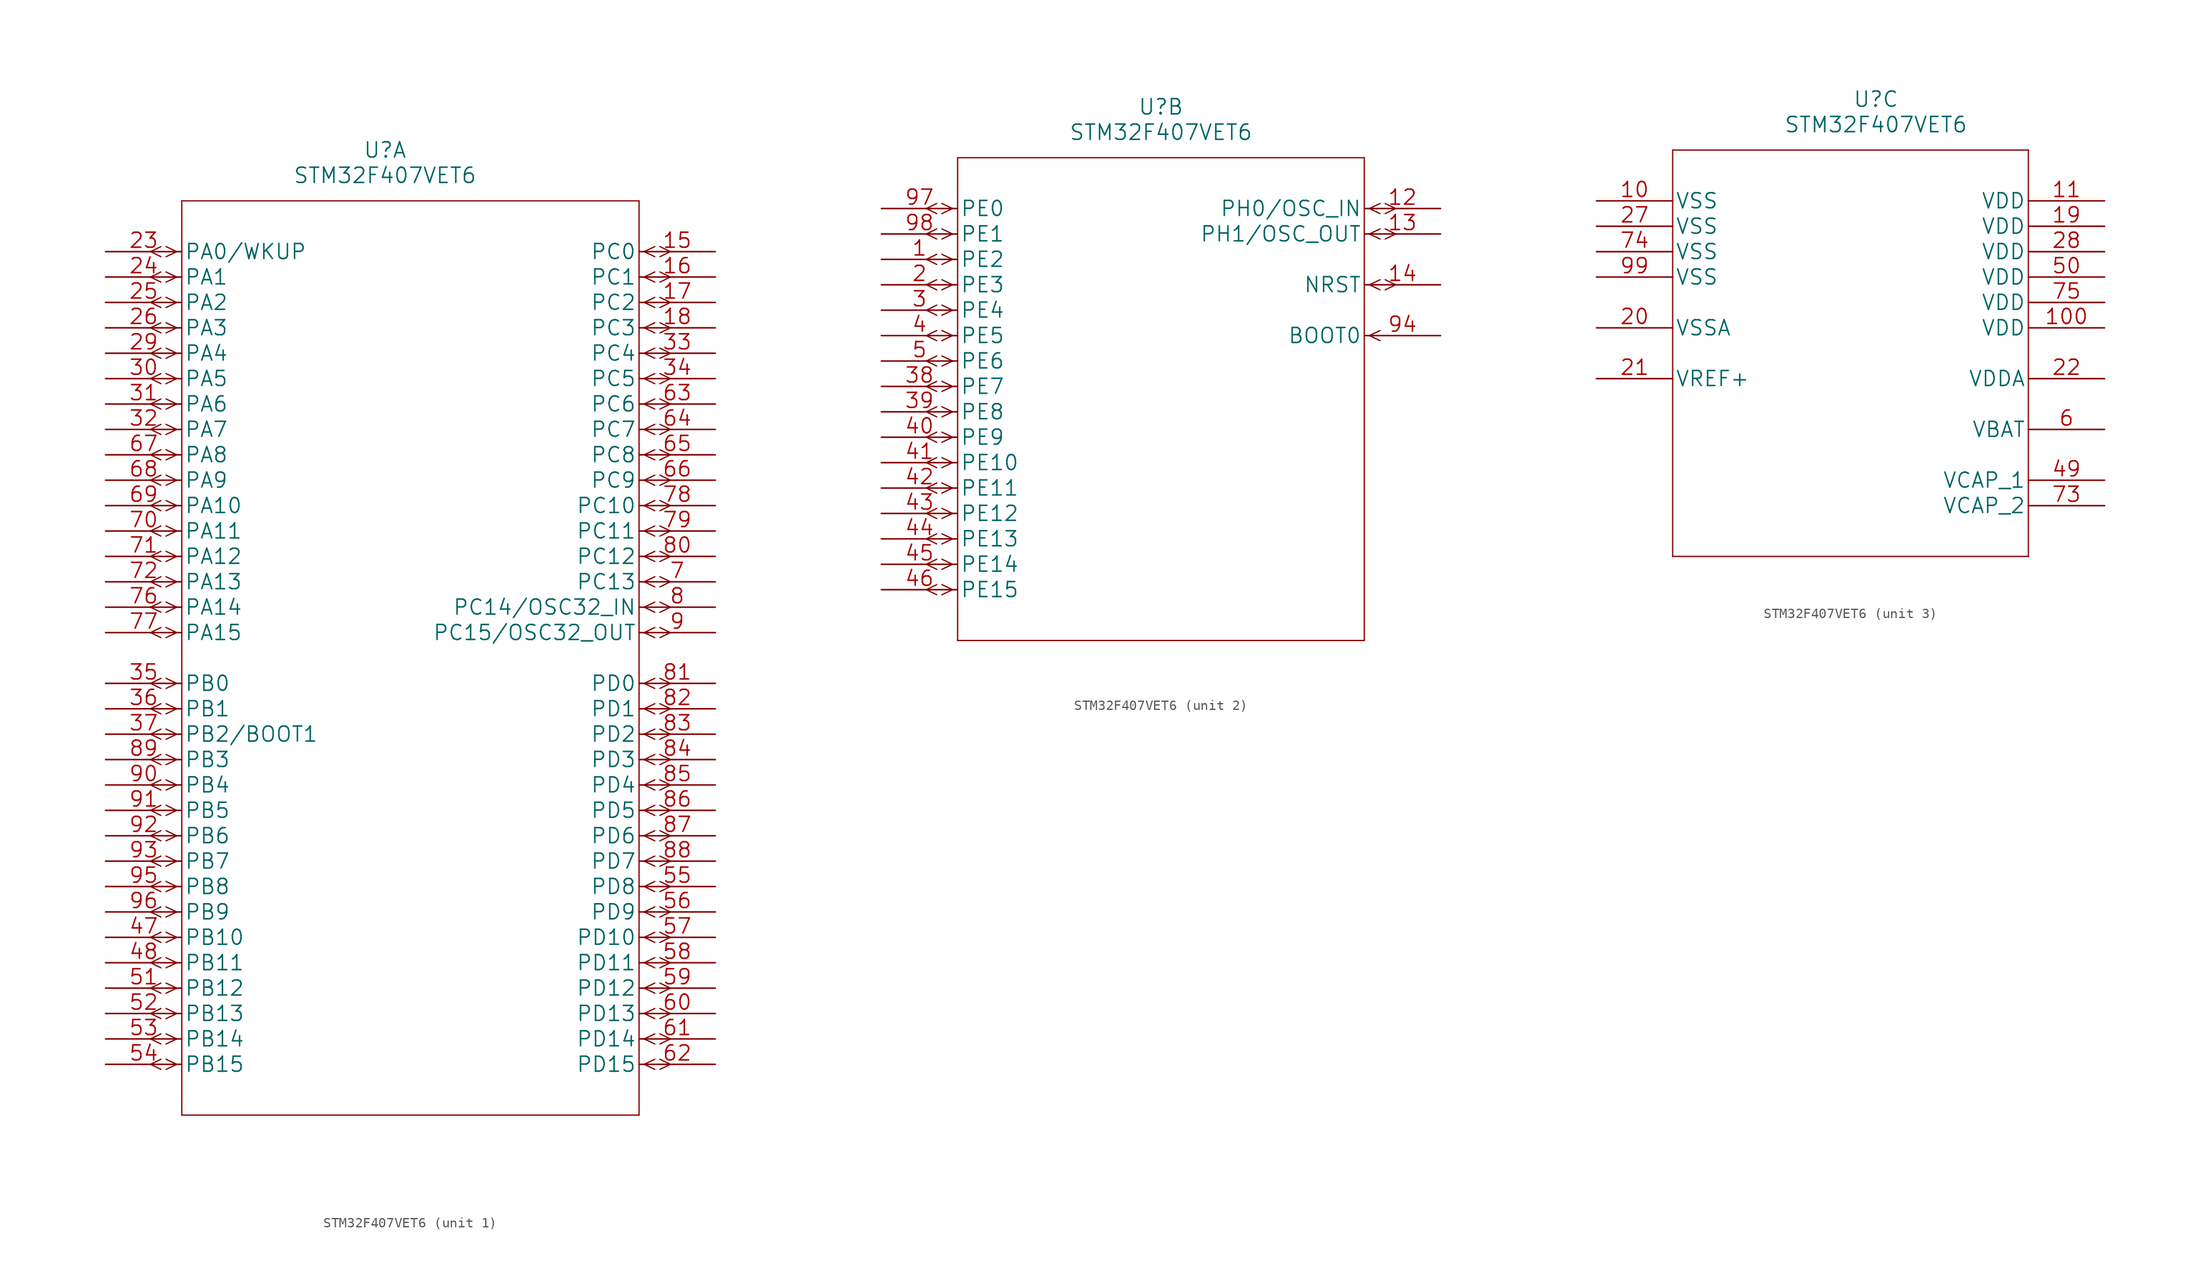
<source format=kicad_sym>
(kicad_symbol_lib
  (version 20220914)
  (generator kicad_symbol_editor)
  (symbol "STM32F407VET6"
    (pin_names
      (offset 0.254))
    (property "Reference" "U"
      (at 27.94 10.16 0)
      (effects (font (size 1.524 1.524))))
    (property "Value" "STM32F407VET6"
      (at 27.94 7.62 0)
      (effects (font (size 1.524 1.524))))
    (property "Datasheet" ""
      (at 0 0 0)
      (effects (font (size 1.524 1.524))))
    (symbol "STM32F407VET6_1_1"
      (polyline (pts (xy 5.537 -81.788) (xy 4.496 -81.28)) (stroke (width 0.127) (type default)) (fill (type none)))
      (polyline (pts (xy 5.537 -80.772) (xy 4.496 -81.28)) (stroke (width 0.127) (type default)) (fill (type none)))
      (polyline (pts (xy 5.537 -79.248) (xy 4.496 -78.74)) (stroke (width 0.127) (type default)) (fill (type none)))
      (polyline (pts (xy 5.537 -78.232) (xy 4.496 -78.74)) (stroke (width 0.127) (type default)) (fill (type none)))
      (polyline (pts (xy 5.537 -76.708) (xy 4.496 -76.2)) (stroke (width 0.127) (type default)) (fill (type none)))
      (polyline (pts (xy 5.537 -75.692) (xy 4.496 -76.2)) (stroke (width 0.127) (type default)) (fill (type none)))
      (polyline (pts (xy 5.537 -74.168) (xy 4.496 -73.66)) (stroke (width 0.127) (type default)) (fill (type none)))
      (polyline (pts (xy 5.537 -73.152) (xy 4.496 -73.66)) (stroke (width 0.127) (type default)) (fill (type none)))
      (polyline (pts (xy 5.537 -71.628) (xy 4.496 -71.12)) (stroke (width 0.127) (type default)) (fill (type none)))
      (polyline (pts (xy 5.537 -70.612) (xy 4.496 -71.12)) (stroke (width 0.127) (type default)) (fill (type none)))
      (polyline (pts (xy 5.537 -69.088) (xy 4.496 -68.58)) (stroke (width 0.127) (type default)) (fill (type none)))
      (polyline (pts (xy 5.537 -68.072) (xy 4.496 -68.58)) (stroke (width 0.127) (type default)) (fill (type none)))
      (polyline (pts (xy 5.537 -66.548) (xy 4.496 -66.04)) (stroke (width 0.127) (type default)) (fill (type none)))
      (polyline (pts (xy 5.537 -65.532) (xy 4.496 -66.04)) (stroke (width 0.127) (type default)) (fill (type none)))
      (polyline (pts (xy 5.537 -64.008) (xy 4.496 -63.5)) (stroke (width 0.127) (type default)) (fill (type none)))
      (polyline (pts (xy 5.537 -62.992) (xy 4.496 -63.5)) (stroke (width 0.127) (type default)) (fill (type none)))
      (polyline (pts (xy 5.537 -61.468) (xy 4.496 -60.96)) (stroke (width 0.127) (type default)) (fill (type none)))
      (polyline (pts (xy 5.537 -60.452) (xy 4.496 -60.96)) (stroke (width 0.127) (type default)) (fill (type none)))
      (polyline (pts (xy 5.537 -58.928) (xy 4.496 -58.42)) (stroke (width 0.127) (type default)) (fill (type none)))
      (polyline (pts (xy 5.537 -57.912) (xy 4.496 -58.42)) (stroke (width 0.127) (type default)) (fill (type none)))
      (polyline (pts (xy 5.537 -56.388) (xy 4.496 -55.88)) (stroke (width 0.127) (type default)) (fill (type none)))
      (polyline (pts (xy 5.537 -55.372) (xy 4.496 -55.88)) (stroke (width 0.127) (type default)) (fill (type none)))
      (polyline (pts (xy 5.537 -53.848) (xy 4.496 -53.34)) (stroke (width 0.127) (type default)) (fill (type none)))
      (polyline (pts (xy 5.537 -52.832) (xy 4.496 -53.34)) (stroke (width 0.127) (type default)) (fill (type none)))
      (polyline (pts (xy 5.537 -51.308) (xy 4.496 -50.8)) (stroke (width 0.127) (type default)) (fill (type none)))
      (polyline (pts (xy 5.537 -50.292) (xy 4.496 -50.8)) (stroke (width 0.127) (type default)) (fill (type none)))
      (polyline (pts (xy 5.537 -48.768) (xy 4.496 -48.26)) (stroke (width 0.127) (type default)) (fill (type none)))
      (polyline (pts (xy 5.537 -47.752) (xy 4.496 -48.26)) (stroke (width 0.127) (type default)) (fill (type none)))
      (polyline (pts (xy 5.537 -46.228) (xy 4.496 -45.72)) (stroke (width 0.127) (type default)) (fill (type none)))
      (polyline (pts (xy 5.537 -45.212) (xy 4.496 -45.72)) (stroke (width 0.127) (type default)) (fill (type none)))
      (polyline (pts (xy 5.537 -43.688) (xy 4.496 -43.18)) (stroke (width 0.127) (type default)) (fill (type none)))
      (polyline (pts (xy 5.537 -42.672) (xy 4.496 -43.18)) (stroke (width 0.127) (type default)) (fill (type none)))
      (polyline (pts (xy 5.537 -38.608) (xy 4.496 -38.1)) (stroke (width 0.127) (type default)) (fill (type none)))
      (polyline (pts (xy 5.537 -37.592) (xy 4.496 -38.1)) (stroke (width 0.127) (type default)) (fill (type none)))
      (polyline (pts (xy 5.537 -36.068) (xy 4.496 -35.56)) (stroke (width 0.127) (type default)) (fill (type none)))
      (polyline (pts (xy 5.537 -35.052) (xy 4.496 -35.56)) (stroke (width 0.127) (type default)) (fill (type none)))
      (polyline (pts (xy 5.537 -33.528) (xy 4.496 -33.02)) (stroke (width 0.127) (type default)) (fill (type none)))
      (polyline (pts (xy 5.537 -32.512) (xy 4.496 -33.02)) (stroke (width 0.127) (type default)) (fill (type none)))
      (polyline (pts (xy 5.537 -30.988) (xy 4.496 -30.48)) (stroke (width 0.127) (type default)) (fill (type none)))
      (polyline (pts (xy 5.537 -29.972) (xy 4.496 -30.48)) (stroke (width 0.127) (type default)) (fill (type none)))
      (polyline (pts (xy 5.537 -28.448) (xy 4.496 -27.94)) (stroke (width 0.127) (type default)) (fill (type none)))
      (polyline (pts (xy 5.537 -27.432) (xy 4.496 -27.94)) (stroke (width 0.127) (type default)) (fill (type none)))
      (polyline (pts (xy 5.537 -25.908) (xy 4.496 -25.4)) (stroke (width 0.127) (type default)) (fill (type none)))
      (polyline (pts (xy 5.537 -24.892) (xy 4.496 -25.4)) (stroke (width 0.127) (type default)) (fill (type none)))
      (polyline (pts (xy 5.537 -23.368) (xy 4.496 -22.86)) (stroke (width 0.127) (type default)) (fill (type none)))
      (polyline (pts (xy 5.537 -22.352) (xy 4.496 -22.86)) (stroke (width 0.127) (type default)) (fill (type none)))
      (polyline (pts (xy 5.537 -20.828) (xy 4.496 -20.32)) (stroke (width 0.127) (type default)) (fill (type none)))
      (polyline (pts (xy 5.537 -19.812) (xy 4.496 -20.32)) (stroke (width 0.127) (type default)) (fill (type none)))
      (polyline (pts (xy 5.537 -18.288) (xy 4.496 -17.78)) (stroke (width 0.127) (type default)) (fill (type none)))
      (polyline (pts (xy 5.537 -17.272) (xy 4.496 -17.78)) (stroke (width 0.127) (type default)) (fill (type none)))
      (polyline (pts (xy 5.537 -15.748) (xy 4.496 -15.24)) (stroke (width 0.127) (type default)) (fill (type none)))
      (polyline (pts (xy 5.537 -14.732) (xy 4.496 -15.24)) (stroke (width 0.127) (type default)) (fill (type none)))
      (polyline (pts (xy 5.537 -13.208) (xy 4.496 -12.7)) (stroke (width 0.127) (type default)) (fill (type none)))
      (polyline (pts (xy 5.537 -12.192) (xy 4.496 -12.7)) (stroke (width 0.127) (type default)) (fill (type none)))
      (polyline (pts (xy 5.537 -10.668) (xy 4.496 -10.16)) (stroke (width 0.127) (type default)) (fill (type none)))
      (polyline (pts (xy 5.537 -9.652) (xy 4.496 -10.16)) (stroke (width 0.127) (type default)) (fill (type none)))
      (polyline (pts (xy 5.537 -8.128) (xy 4.496 -7.62)) (stroke (width 0.127) (type default)) (fill (type none)))
      (polyline (pts (xy 5.537 -7.112) (xy 4.496 -7.62)) (stroke (width 0.127) (type default)) (fill (type none)))
      (polyline (pts (xy 5.537 -5.588) (xy 4.496 -5.08)) (stroke (width 0.127) (type default)) (fill (type none)))
      (polyline (pts (xy 5.537 -4.572) (xy 4.496 -5.08)) (stroke (width 0.127) (type default)) (fill (type none)))
      (polyline (pts (xy 5.537 -3.048) (xy 4.496 -2.54)) (stroke (width 0.127) (type default)) (fill (type none)))
      (polyline (pts (xy 5.537 -2.032) (xy 4.496 -2.54)) (stroke (width 0.127) (type default)) (fill (type none)))
      (polyline (pts (xy 5.537 -0.508) (xy 4.496 0)) (stroke (width 0.127) (type default)) (fill (type none)))
      (polyline (pts (xy 5.537 0.508) (xy 4.496 0)) (stroke (width 0.127) (type default)) (fill (type none)))
      (polyline (pts (xy 7.112 -81.28) (xy 6.045 -81.788)) (stroke (width 0.127) (type default)) (fill (type none)))
      (polyline (pts (xy 7.112 -81.28) (xy 6.045 -80.772)) (stroke (width 0.127) (type default)) (fill (type none)))
      (polyline (pts (xy 7.112 -78.74) (xy 6.045 -79.248)) (stroke (width 0.127) (type default)) (fill (type none)))
      (polyline (pts (xy 7.112 -78.74) (xy 6.045 -78.232)) (stroke (width 0.127) (type default)) (fill (type none)))
      (polyline (pts (xy 7.112 -76.2) (xy 6.045 -76.708)) (stroke (width 0.127) (type default)) (fill (type none)))
      (polyline (pts (xy 7.112 -76.2) (xy 6.045 -75.692)) (stroke (width 0.127) (type default)) (fill (type none)))
      (polyline (pts (xy 7.112 -73.66) (xy 6.045 -74.168)) (stroke (width 0.127) (type default)) (fill (type none)))
      (polyline (pts (xy 7.112 -73.66) (xy 6.045 -73.152)) (stroke (width 0.127) (type default)) (fill (type none)))
      (polyline (pts (xy 7.112 -71.12) (xy 6.045 -71.628)) (stroke (width 0.127) (type default)) (fill (type none)))
      (polyline (pts (xy 7.112 -71.12) (xy 6.045 -70.612)) (stroke (width 0.127) (type default)) (fill (type none)))
      (polyline (pts (xy 7.112 -68.58) (xy 6.045 -69.088)) (stroke (width 0.127) (type default)) (fill (type none)))
      (polyline (pts (xy 7.112 -68.58) (xy 6.045 -68.072)) (stroke (width 0.127) (type default)) (fill (type none)))
      (polyline (pts (xy 7.112 -66.04) (xy 6.045 -66.548)) (stroke (width 0.127) (type default)) (fill (type none)))
      (polyline (pts (xy 7.112 -66.04) (xy 6.045 -65.532)) (stroke (width 0.127) (type default)) (fill (type none)))
      (polyline (pts (xy 7.112 -63.5) (xy 6.045 -64.008)) (stroke (width 0.127) (type default)) (fill (type none)))
      (polyline (pts (xy 7.112 -63.5) (xy 6.045 -62.992)) (stroke (width 0.127) (type default)) (fill (type none)))
      (polyline (pts (xy 7.112 -60.96) (xy 6.045 -61.468)) (stroke (width 0.127) (type default)) (fill (type none)))
      (polyline (pts (xy 7.112 -60.96) (xy 6.045 -60.452)) (stroke (width 0.127) (type default)) (fill (type none)))
      (polyline (pts (xy 7.112 -58.42) (xy 6.045 -58.928)) (stroke (width 0.127) (type default)) (fill (type none)))
      (polyline (pts (xy 7.112 -58.42) (xy 6.045 -57.912)) (stroke (width 0.127) (type default)) (fill (type none)))
      (polyline (pts (xy 7.112 -55.88) (xy 6.045 -56.388)) (stroke (width 0.127) (type default)) (fill (type none)))
      (polyline (pts (xy 7.112 -55.88) (xy 6.045 -55.372)) (stroke (width 0.127) (type default)) (fill (type none)))
      (polyline (pts (xy 7.112 -53.34) (xy 6.045 -53.848)) (stroke (width 0.127) (type default)) (fill (type none)))
      (polyline (pts (xy 7.112 -53.34) (xy 6.045 -52.832)) (stroke (width 0.127) (type default)) (fill (type none)))
      (polyline (pts (xy 7.112 -50.8) (xy 6.045 -51.308)) (stroke (width 0.127) (type default)) (fill (type none)))
      (polyline (pts (xy 7.112 -50.8) (xy 6.045 -50.292)) (stroke (width 0.127) (type default)) (fill (type none)))
      (polyline (pts (xy 7.112 -48.26) (xy 6.045 -48.768)) (stroke (width 0.127) (type default)) (fill (type none)))
      (polyline (pts (xy 7.112 -48.26) (xy 6.045 -47.752)) (stroke (width 0.127) (type default)) (fill (type none)))
      (polyline (pts (xy 7.112 -45.72) (xy 6.045 -46.228)) (stroke (width 0.127) (type default)) (fill (type none)))
      (polyline (pts (xy 7.112 -45.72) (xy 6.045 -45.212)) (stroke (width 0.127) (type default)) (fill (type none)))
      (polyline (pts (xy 7.112 -43.18) (xy 6.045 -43.688)) (stroke (width 0.127) (type default)) (fill (type none)))
      (polyline (pts (xy 7.112 -43.18) (xy 6.045 -42.672)) (stroke (width 0.127) (type default)) (fill (type none)))
      (polyline (pts (xy 7.112 -38.1) (xy 6.045 -38.608)) (stroke (width 0.127) (type default)) (fill (type none)))
      (polyline (pts (xy 7.112 -38.1) (xy 6.045 -37.592)) (stroke (width 0.127) (type default)) (fill (type none)))
      (polyline (pts (xy 7.112 -35.56) (xy 6.045 -36.068)) (stroke (width 0.127) (type default)) (fill (type none)))
      (polyline (pts (xy 7.112 -35.56) (xy 6.045 -35.052)) (stroke (width 0.127) (type default)) (fill (type none)))
      (polyline (pts (xy 7.112 -33.02) (xy 6.045 -33.528)) (stroke (width 0.127) (type default)) (fill (type none)))
      (polyline (pts (xy 7.112 -33.02) (xy 6.045 -32.512)) (stroke (width 0.127) (type default)) (fill (type none)))
      (polyline (pts (xy 7.112 -30.48) (xy 6.045 -30.988)) (stroke (width 0.127) (type default)) (fill (type none)))
      (polyline (pts (xy 7.112 -30.48) (xy 6.045 -29.972)) (stroke (width 0.127) (type default)) (fill (type none)))
      (polyline (pts (xy 7.112 -27.94) (xy 6.045 -28.448)) (stroke (width 0.127) (type default)) (fill (type none)))
      (polyline (pts (xy 7.112 -27.94) (xy 6.045 -27.432)) (stroke (width 0.127) (type default)) (fill (type none)))
      (polyline (pts (xy 7.112 -25.4) (xy 6.045 -25.908)) (stroke (width 0.127) (type default)) (fill (type none)))
      (polyline (pts (xy 7.112 -25.4) (xy 6.045 -24.892)) (stroke (width 0.127) (type default)) (fill (type none)))
      (polyline (pts (xy 7.112 -22.86) (xy 6.045 -23.368)) (stroke (width 0.127) (type default)) (fill (type none)))
      (polyline (pts (xy 7.112 -22.86) (xy 6.045 -22.352)) (stroke (width 0.127) (type default)) (fill (type none)))
      (polyline (pts (xy 7.112 -20.32) (xy 6.045 -20.828)) (stroke (width 0.127) (type default)) (fill (type none)))
      (polyline (pts (xy 7.112 -20.32) (xy 6.045 -19.812)) (stroke (width 0.127) (type default)) (fill (type none)))
      (polyline (pts (xy 7.112 -17.78) (xy 6.045 -18.288)) (stroke (width 0.127) (type default)) (fill (type none)))
      (polyline (pts (xy 7.112 -17.78) (xy 6.045 -17.272)) (stroke (width 0.127) (type default)) (fill (type none)))
      (polyline (pts (xy 7.112 -15.24) (xy 6.045 -15.748)) (stroke (width 0.127) (type default)) (fill (type none)))
      (polyline (pts (xy 7.112 -15.24) (xy 6.045 -14.732)) (stroke (width 0.127) (type default)) (fill (type none)))
      (polyline (pts (xy 7.112 -12.7) (xy 6.045 -13.208)) (stroke (width 0.127) (type default)) (fill (type none)))
      (polyline (pts (xy 7.112 -12.7) (xy 6.045 -12.192)) (stroke (width 0.127) (type default)) (fill (type none)))
      (polyline (pts (xy 7.112 -10.16) (xy 6.045 -10.668)) (stroke (width 0.127) (type default)) (fill (type none)))
      (polyline (pts (xy 7.112 -10.16) (xy 6.045 -9.652)) (stroke (width 0.127) (type default)) (fill (type none)))
      (polyline (pts (xy 7.112 -7.62) (xy 6.045 -8.128)) (stroke (width 0.127) (type default)) (fill (type none)))
      (polyline (pts (xy 7.112 -7.62) (xy 6.045 -7.112)) (stroke (width 0.127) (type default)) (fill (type none)))
      (polyline (pts (xy 7.112 -5.08) (xy 6.045 -5.588)) (stroke (width 0.127) (type default)) (fill (type none)))
      (polyline (pts (xy 7.112 -5.08) (xy 6.045 -4.572)) (stroke (width 0.127) (type default)) (fill (type none)))
      (polyline (pts (xy 7.112 -2.54) (xy 6.045 -3.048)) (stroke (width 0.127) (type default)) (fill (type none)))
      (polyline (pts (xy 7.112 -2.54) (xy 6.045 -2.032)) (stroke (width 0.127) (type default)) (fill (type none)))
      (polyline (pts (xy 7.112 0) (xy 6.045 -0.508)) (stroke (width 0.127) (type default)) (fill (type none)))
      (polyline (pts (xy 7.112 0) (xy 6.045 0.508)) (stroke (width 0.127) (type default)) (fill (type none)))
      (polyline (pts (xy 7.62 -86.36) (xy 53.34 -86.36)) (stroke (width 0.127) (type default)) (fill (type none)))
      (polyline (pts (xy 7.62 5.08) (xy 7.62 -86.36)) (stroke (width 0.127) (type default)) (fill (type none)))
      (polyline (pts (xy 53.34 -86.36) (xy 53.34 5.08)) (stroke (width 0.127) (type default)) (fill (type none)))
      (polyline (pts (xy 53.34 5.08) (xy 7.62 5.08)) (stroke (width 0.127) (type default)) (fill (type none)))
      (polyline (pts (xy 53.848 -81.28) (xy 54.915 -81.788)) (stroke (width 0.127) (type default)) (fill (type none)))
      (polyline (pts (xy 53.848 -81.28) (xy 54.915 -80.772)) (stroke (width 0.127) (type default)) (fill (type none)))
      (polyline (pts (xy 53.848 -78.74) (xy 54.915 -79.248)) (stroke (width 0.127) (type default)) (fill (type none)))
      (polyline (pts (xy 53.848 -78.74) (xy 54.915 -78.232)) (stroke (width 0.127) (type default)) (fill (type none)))
      (polyline (pts (xy 53.848 -76.2) (xy 54.915 -76.708)) (stroke (width 0.127) (type default)) (fill (type none)))
      (polyline (pts (xy 53.848 -76.2) (xy 54.915 -75.692)) (stroke (width 0.127) (type default)) (fill (type none)))
      (polyline (pts (xy 53.848 -73.66) (xy 54.915 -74.168)) (stroke (width 0.127) (type default)) (fill (type none)))
      (polyline (pts (xy 53.848 -73.66) (xy 54.915 -73.152)) (stroke (width 0.127) (type default)) (fill (type none)))
      (polyline (pts (xy 53.848 -71.12) (xy 54.915 -71.628)) (stroke (width 0.127) (type default)) (fill (type none)))
      (polyline (pts (xy 53.848 -71.12) (xy 54.915 -70.612)) (stroke (width 0.127) (type default)) (fill (type none)))
      (polyline (pts (xy 53.848 -68.58) (xy 54.915 -69.088)) (stroke (width 0.127) (type default)) (fill (type none)))
      (polyline (pts (xy 53.848 -68.58) (xy 54.915 -68.072)) (stroke (width 0.127) (type default)) (fill (type none)))
      (polyline (pts (xy 53.848 -66.04) (xy 54.915 -66.548)) (stroke (width 0.127) (type default)) (fill (type none)))
      (polyline (pts (xy 53.848 -66.04) (xy 54.915 -65.532)) (stroke (width 0.127) (type default)) (fill (type none)))
      (polyline (pts (xy 53.848 -63.5) (xy 54.915 -64.008)) (stroke (width 0.127) (type default)) (fill (type none)))
      (polyline (pts (xy 53.848 -63.5) (xy 54.915 -62.992)) (stroke (width 0.127) (type default)) (fill (type none)))
      (polyline (pts (xy 53.848 -60.96) (xy 54.915 -61.468)) (stroke (width 0.127) (type default)) (fill (type none)))
      (polyline (pts (xy 53.848 -60.96) (xy 54.915 -60.452)) (stroke (width 0.127) (type default)) (fill (type none)))
      (polyline (pts (xy 53.848 -58.42) (xy 54.915 -58.928)) (stroke (width 0.127) (type default)) (fill (type none)))
      (polyline (pts (xy 53.848 -58.42) (xy 54.915 -57.912)) (stroke (width 0.127) (type default)) (fill (type none)))
      (polyline (pts (xy 53.848 -55.88) (xy 54.915 -56.388)) (stroke (width 0.127) (type default)) (fill (type none)))
      (polyline (pts (xy 53.848 -55.88) (xy 54.915 -55.372)) (stroke (width 0.127) (type default)) (fill (type none)))
      (polyline (pts (xy 53.848 -53.34) (xy 54.915 -53.848)) (stroke (width 0.127) (type default)) (fill (type none)))
      (polyline (pts (xy 53.848 -53.34) (xy 54.915 -52.832)) (stroke (width 0.127) (type default)) (fill (type none)))
      (polyline (pts (xy 53.848 -50.8) (xy 54.915 -51.308)) (stroke (width 0.127) (type default)) (fill (type none)))
      (polyline (pts (xy 53.848 -50.8) (xy 54.915 -50.292)) (stroke (width 0.127) (type default)) (fill (type none)))
      (polyline (pts (xy 53.848 -48.26) (xy 54.915 -48.768)) (stroke (width 0.127) (type default)) (fill (type none)))
      (polyline (pts (xy 53.848 -48.26) (xy 54.915 -47.752)) (stroke (width 0.127) (type default)) (fill (type none)))
      (polyline (pts (xy 53.848 -45.72) (xy 54.915 -46.228)) (stroke (width 0.127) (type default)) (fill (type none)))
      (polyline (pts (xy 53.848 -45.72) (xy 54.915 -45.212)) (stroke (width 0.127) (type default)) (fill (type none)))
      (polyline (pts (xy 53.848 -43.18) (xy 54.915 -43.688)) (stroke (width 0.127) (type default)) (fill (type none)))
      (polyline (pts (xy 53.848 -43.18) (xy 54.915 -42.672)) (stroke (width 0.127) (type default)) (fill (type none)))
      (polyline (pts (xy 53.848 -38.1) (xy 54.915 -38.608)) (stroke (width 0.127) (type default)) (fill (type none)))
      (polyline (pts (xy 53.848 -38.1) (xy 54.915 -37.592)) (stroke (width 0.127) (type default)) (fill (type none)))
      (polyline (pts (xy 53.848 -35.56) (xy 54.915 -36.068)) (stroke (width 0.127) (type default)) (fill (type none)))
      (polyline (pts (xy 53.848 -35.56) (xy 54.915 -35.052)) (stroke (width 0.127) (type default)) (fill (type none)))
      (polyline (pts (xy 53.848 -33.02) (xy 54.915 -33.528)) (stroke (width 0.127) (type default)) (fill (type none)))
      (polyline (pts (xy 53.848 -33.02) (xy 54.915 -32.512)) (stroke (width 0.127) (type default)) (fill (type none)))
      (polyline (pts (xy 53.848 -30.48) (xy 54.915 -30.988)) (stroke (width 0.127) (type default)) (fill (type none)))
      (polyline (pts (xy 53.848 -30.48) (xy 54.915 -29.972)) (stroke (width 0.127) (type default)) (fill (type none)))
      (polyline (pts (xy 53.848 -27.94) (xy 54.915 -28.448)) (stroke (width 0.127) (type default)) (fill (type none)))
      (polyline (pts (xy 53.848 -27.94) (xy 54.915 -27.432)) (stroke (width 0.127) (type default)) (fill (type none)))
      (polyline (pts (xy 53.848 -25.4) (xy 54.915 -25.908)) (stroke (width 0.127) (type default)) (fill (type none)))
      (polyline (pts (xy 53.848 -25.4) (xy 54.915 -24.892)) (stroke (width 0.127) (type default)) (fill (type none)))
      (polyline (pts (xy 53.848 -22.86) (xy 54.915 -23.368)) (stroke (width 0.127) (type default)) (fill (type none)))
      (polyline (pts (xy 53.848 -22.86) (xy 54.915 -22.352)) (stroke (width 0.127) (type default)) (fill (type none)))
      (polyline (pts (xy 53.848 -20.32) (xy 54.915 -20.828)) (stroke (width 0.127) (type default)) (fill (type none)))
      (polyline (pts (xy 53.848 -20.32) (xy 54.915 -19.812)) (stroke (width 0.127) (type default)) (fill (type none)))
      (polyline (pts (xy 53.848 -17.78) (xy 54.915 -18.288)) (stroke (width 0.127) (type default)) (fill (type none)))
      (polyline (pts (xy 53.848 -17.78) (xy 54.915 -17.272)) (stroke (width 0.127) (type default)) (fill (type none)))
      (polyline (pts (xy 53.848 -15.24) (xy 54.915 -15.748)) (stroke (width 0.127) (type default)) (fill (type none)))
      (polyline (pts (xy 53.848 -15.24) (xy 54.915 -14.732)) (stroke (width 0.127) (type default)) (fill (type none)))
      (polyline (pts (xy 53.848 -12.7) (xy 54.915 -13.208)) (stroke (width 0.127) (type default)) (fill (type none)))
      (polyline (pts (xy 53.848 -12.7) (xy 54.915 -12.192)) (stroke (width 0.127) (type default)) (fill (type none)))
      (polyline (pts (xy 53.848 -10.16) (xy 54.915 -10.668)) (stroke (width 0.127) (type default)) (fill (type none)))
      (polyline (pts (xy 53.848 -10.16) (xy 54.915 -9.652)) (stroke (width 0.127) (type default)) (fill (type none)))
      (polyline (pts (xy 53.848 -7.62) (xy 54.915 -8.128)) (stroke (width 0.127) (type default)) (fill (type none)))
      (polyline (pts (xy 53.848 -7.62) (xy 54.915 -7.112)) (stroke (width 0.127) (type default)) (fill (type none)))
      (polyline (pts (xy 53.848 -5.08) (xy 54.915 -5.588)) (stroke (width 0.127) (type default)) (fill (type none)))
      (polyline (pts (xy 53.848 -5.08) (xy 54.915 -4.572)) (stroke (width 0.127) (type default)) (fill (type none)))
      (polyline (pts (xy 53.848 -2.54) (xy 54.915 -3.048)) (stroke (width 0.127) (type default)) (fill (type none)))
      (polyline (pts (xy 53.848 -2.54) (xy 54.915 -2.032)) (stroke (width 0.127) (type default)) (fill (type none)))
      (polyline (pts (xy 53.848 0) (xy 54.915 -0.508)) (stroke (width 0.127) (type default)) (fill (type none)))
      (polyline (pts (xy 53.848 0) (xy 54.915 0.508)) (stroke (width 0.127) (type default)) (fill (type none)))
      (polyline (pts (xy 55.423 -81.788) (xy 56.464 -81.28)) (stroke (width 0.127) (type default)) (fill (type none)))
      (polyline (pts (xy 55.423 -80.772) (xy 56.464 -81.28)) (stroke (width 0.127) (type default)) (fill (type none)))
      (polyline (pts (xy 55.423 -79.248) (xy 56.464 -78.74)) (stroke (width 0.127) (type default)) (fill (type none)))
      (polyline (pts (xy 55.423 -78.232) (xy 56.464 -78.74)) (stroke (width 0.127) (type default)) (fill (type none)))
      (polyline (pts (xy 55.423 -76.708) (xy 56.464 -76.2)) (stroke (width 0.127) (type default)) (fill (type none)))
      (polyline (pts (xy 55.423 -75.692) (xy 56.464 -76.2)) (stroke (width 0.127) (type default)) (fill (type none)))
      (polyline (pts (xy 55.423 -74.168) (xy 56.464 -73.66)) (stroke (width 0.127) (type default)) (fill (type none)))
      (polyline (pts (xy 55.423 -73.152) (xy 56.464 -73.66)) (stroke (width 0.127) (type default)) (fill (type none)))
      (polyline (pts (xy 55.423 -71.628) (xy 56.464 -71.12)) (stroke (width 0.127) (type default)) (fill (type none)))
      (polyline (pts (xy 55.423 -70.612) (xy 56.464 -71.12)) (stroke (width 0.127) (type default)) (fill (type none)))
      (polyline (pts (xy 55.423 -69.088) (xy 56.464 -68.58)) (stroke (width 0.127) (type default)) (fill (type none)))
      (polyline (pts (xy 55.423 -68.072) (xy 56.464 -68.58)) (stroke (width 0.127) (type default)) (fill (type none)))
      (polyline (pts (xy 55.423 -66.548) (xy 56.464 -66.04)) (stroke (width 0.127) (type default)) (fill (type none)))
      (polyline (pts (xy 55.423 -65.532) (xy 56.464 -66.04)) (stroke (width 0.127) (type default)) (fill (type none)))
      (polyline (pts (xy 55.423 -64.008) (xy 56.464 -63.5)) (stroke (width 0.127) (type default)) (fill (type none)))
      (polyline (pts (xy 55.423 -62.992) (xy 56.464 -63.5)) (stroke (width 0.127) (type default)) (fill (type none)))
      (polyline (pts (xy 55.423 -61.468) (xy 56.464 -60.96)) (stroke (width 0.127) (type default)) (fill (type none)))
      (polyline (pts (xy 55.423 -60.452) (xy 56.464 -60.96)) (stroke (width 0.127) (type default)) (fill (type none)))
      (polyline (pts (xy 55.423 -58.928) (xy 56.464 -58.42)) (stroke (width 0.127) (type default)) (fill (type none)))
      (polyline (pts (xy 55.423 -57.912) (xy 56.464 -58.42)) (stroke (width 0.127) (type default)) (fill (type none)))
      (polyline (pts (xy 55.423 -56.388) (xy 56.464 -55.88)) (stroke (width 0.127) (type default)) (fill (type none)))
      (polyline (pts (xy 55.423 -55.372) (xy 56.464 -55.88)) (stroke (width 0.127) (type default)) (fill (type none)))
      (polyline (pts (xy 55.423 -53.848) (xy 56.464 -53.34)) (stroke (width 0.127) (type default)) (fill (type none)))
      (polyline (pts (xy 55.423 -52.832) (xy 56.464 -53.34)) (stroke (width 0.127) (type default)) (fill (type none)))
      (polyline (pts (xy 55.423 -51.308) (xy 56.464 -50.8)) (stroke (width 0.127) (type default)) (fill (type none)))
      (polyline (pts (xy 55.423 -50.292) (xy 56.464 -50.8)) (stroke (width 0.127) (type default)) (fill (type none)))
      (polyline (pts (xy 55.423 -48.768) (xy 56.464 -48.26)) (stroke (width 0.127) (type default)) (fill (type none)))
      (polyline (pts (xy 55.423 -47.752) (xy 56.464 -48.26)) (stroke (width 0.127) (type default)) (fill (type none)))
      (polyline (pts (xy 55.423 -46.228) (xy 56.464 -45.72)) (stroke (width 0.127) (type default)) (fill (type none)))
      (polyline (pts (xy 55.423 -45.212) (xy 56.464 -45.72)) (stroke (width 0.127) (type default)) (fill (type none)))
      (polyline (pts (xy 55.423 -43.688) (xy 56.464 -43.18)) (stroke (width 0.127) (type default)) (fill (type none)))
      (polyline (pts (xy 55.423 -42.672) (xy 56.464 -43.18)) (stroke (width 0.127) (type default)) (fill (type none)))
      (polyline (pts (xy 55.423 -38.608) (xy 56.464 -38.1)) (stroke (width 0.127) (type default)) (fill (type none)))
      (polyline (pts (xy 55.423 -37.592) (xy 56.464 -38.1)) (stroke (width 0.127) (type default)) (fill (type none)))
      (polyline (pts (xy 55.423 -36.068) (xy 56.464 -35.56)) (stroke (width 0.127) (type default)) (fill (type none)))
      (polyline (pts (xy 55.423 -35.052) (xy 56.464 -35.56)) (stroke (width 0.127) (type default)) (fill (type none)))
      (polyline (pts (xy 55.423 -33.528) (xy 56.464 -33.02)) (stroke (width 0.127) (type default)) (fill (type none)))
      (polyline (pts (xy 55.423 -32.512) (xy 56.464 -33.02)) (stroke (width 0.127) (type default)) (fill (type none)))
      (polyline (pts (xy 55.423 -30.988) (xy 56.464 -30.48)) (stroke (width 0.127) (type default)) (fill (type none)))
      (polyline (pts (xy 55.423 -29.972) (xy 56.464 -30.48)) (stroke (width 0.127) (type default)) (fill (type none)))
      (polyline (pts (xy 55.423 -28.448) (xy 56.464 -27.94)) (stroke (width 0.127) (type default)) (fill (type none)))
      (polyline (pts (xy 55.423 -27.432) (xy 56.464 -27.94)) (stroke (width 0.127) (type default)) (fill (type none)))
      (polyline (pts (xy 55.423 -25.908) (xy 56.464 -25.4)) (stroke (width 0.127) (type default)) (fill (type none)))
      (polyline (pts (xy 55.423 -24.892) (xy 56.464 -25.4)) (stroke (width 0.127) (type default)) (fill (type none)))
      (polyline (pts (xy 55.423 -23.368) (xy 56.464 -22.86)) (stroke (width 0.127) (type default)) (fill (type none)))
      (polyline (pts (xy 55.423 -22.352) (xy 56.464 -22.86)) (stroke (width 0.127) (type default)) (fill (type none)))
      (polyline (pts (xy 55.423 -20.828) (xy 56.464 -20.32)) (stroke (width 0.127) (type default)) (fill (type none)))
      (polyline (pts (xy 55.423 -19.812) (xy 56.464 -20.32)) (stroke (width 0.127) (type default)) (fill (type none)))
      (polyline (pts (xy 55.423 -18.288) (xy 56.464 -17.78)) (stroke (width 0.127) (type default)) (fill (type none)))
      (polyline (pts (xy 55.423 -17.272) (xy 56.464 -17.78)) (stroke (width 0.127) (type default)) (fill (type none)))
      (polyline (pts (xy 55.423 -15.748) (xy 56.464 -15.24)) (stroke (width 0.127) (type default)) (fill (type none)))
      (polyline (pts (xy 55.423 -14.732) (xy 56.464 -15.24)) (stroke (width 0.127) (type default)) (fill (type none)))
      (polyline (pts (xy 55.423 -13.208) (xy 56.464 -12.7)) (stroke (width 0.127) (type default)) (fill (type none)))
      (polyline (pts (xy 55.423 -12.192) (xy 56.464 -12.7)) (stroke (width 0.127) (type default)) (fill (type none)))
      (polyline (pts (xy 55.423 -10.668) (xy 56.464 -10.16)) (stroke (width 0.127) (type default)) (fill (type none)))
      (polyline (pts (xy 55.423 -9.652) (xy 56.464 -10.16)) (stroke (width 0.127) (type default)) (fill (type none)))
      (polyline (pts (xy 55.423 -8.128) (xy 56.464 -7.62)) (stroke (width 0.127) (type default)) (fill (type none)))
      (polyline (pts (xy 55.423 -7.112) (xy 56.464 -7.62)) (stroke (width 0.127) (type default)) (fill (type none)))
      (polyline (pts (xy 55.423 -5.588) (xy 56.464 -5.08)) (stroke (width 0.127) (type default)) (fill (type none)))
      (polyline (pts (xy 55.423 -4.572) (xy 56.464 -5.08)) (stroke (width 0.127) (type default)) (fill (type none)))
      (polyline (pts (xy 55.423 -3.048) (xy 56.464 -2.54)) (stroke (width 0.127) (type default)) (fill (type none)))
      (polyline (pts (xy 55.423 -2.032) (xy 56.464 -2.54)) (stroke (width 0.127) (type default)) (fill (type none)))
      (polyline (pts (xy 55.423 -0.508) (xy 56.464 0)) (stroke (width 0.127) (type default)) (fill (type none)))
      (polyline (pts (xy 55.423 0.508) (xy 56.464 0)) (stroke (width 0.127) (type default)) (fill (type none)))
      (pin bidirectional line (at 60.96 0 180) (length 7.62) (name "PC0" (effects (font (size 1.499 1.499)))) (number "15" (effects (font (size 1.499 1.499)))))
      (pin bidirectional line (at 60.96 -2.54 180) (length 7.62) (name "PC1" (effects (font (size 1.499 1.499)))) (number "16" (effects (font (size 1.499 1.499)))))
      (pin bidirectional line (at 60.96 -5.08 180) (length 7.62) (name "PC2" (effects (font (size 1.499 1.499)))) (number "17" (effects (font (size 1.499 1.499)))))
      (pin bidirectional line (at 60.96 -7.62 180) (length 7.62) (name "PC3" (effects (font (size 1.499 1.499)))) (number "18" (effects (font (size 1.499 1.499)))))
      (pin bidirectional line (at 0 0 0) (length 7.62) (name "PA0/WKUP" (effects (font (size 1.499 1.499)))) (number "23" (effects (font (size 1.499 1.499)))))
      (pin bidirectional line (at 0 -2.54 0) (length 7.62) (name "PA1" (effects (font (size 1.499 1.499)))) (number "24" (effects (font (size 1.499 1.499)))))
      (pin bidirectional line (at 0 -5.08 0) (length 7.62) (name "PA2" (effects (font (size 1.499 1.499)))) (number "25" (effects (font (size 1.499 1.499)))))
      (pin bidirectional line (at 0 -7.62 0) (length 7.62) (name "PA3" (effects (font (size 1.499 1.499)))) (number "26" (effects (font (size 1.499 1.499)))))
      (pin bidirectional line (at 0 -10.16 0) (length 7.62) (name "PA4" (effects (font (size 1.499 1.499)))) (number "29" (effects (font (size 1.499 1.499)))))
      (pin bidirectional line (at 0 -12.7 0) (length 7.62) (name "PA5" (effects (font (size 1.499 1.499)))) (number "30" (effects (font (size 1.499 1.499)))))
      (pin bidirectional line (at 0 -15.24 0) (length 7.62) (name "PA6" (effects (font (size 1.499 1.499)))) (number "31" (effects (font (size 1.499 1.499)))))
      (pin bidirectional line (at 0 -17.78 0) (length 7.62) (name "PA7" (effects (font (size 1.499 1.499)))) (number "32" (effects (font (size 1.499 1.499)))))
      (pin bidirectional line (at 60.96 -10.16 180) (length 7.62) (name "PC4" (effects (font (size 1.499 1.499)))) (number "33" (effects (font (size 1.499 1.499)))))
      (pin bidirectional line (at 60.96 -12.7 180) (length 7.62) (name "PC5" (effects (font (size 1.499 1.499)))) (number "34" (effects (font (size 1.499 1.499)))))
      (pin bidirectional line (at 0 -43.18 0) (length 7.62) (name "PB0" (effects (font (size 1.499 1.499)))) (number "35" (effects (font (size 1.499 1.499)))))
      (pin bidirectional line (at 0 -45.72 0) (length 7.62) (name "PB1" (effects (font (size 1.499 1.499)))) (number "36" (effects (font (size 1.499 1.499)))))
      (pin bidirectional line (at 0 -48.26 0) (length 7.62) (name "PB2/BOOT1" (effects (font (size 1.499 1.499)))) (number "37" (effects (font (size 1.499 1.499)))))
      (pin bidirectional line (at 0 -68.58 0) (length 7.62) (name "PB10" (effects (font (size 1.499 1.499)))) (number "47" (effects (font (size 1.499 1.499)))))
      (pin bidirectional line (at 0 -71.12 0) (length 7.62) (name "PB11" (effects (font (size 1.499 1.499)))) (number "48" (effects (font (size 1.499 1.499)))))
      (pin bidirectional line (at 0 -73.66 0) (length 7.62) (name "PB12" (effects (font (size 1.499 1.499)))) (number "51" (effects (font (size 1.499 1.499)))))
      (pin bidirectional line (at 0 -76.2 0) (length 7.62) (name "PB13" (effects (font (size 1.499 1.499)))) (number "52" (effects (font (size 1.499 1.499)))))
      (pin bidirectional line (at 0 -78.74 0) (length 7.62) (name "PB14" (effects (font (size 1.499 1.499)))) (number "53" (effects (font (size 1.499 1.499)))))
      (pin bidirectional line (at 0 -81.28 0) (length 7.62) (name "PB15" (effects (font (size 1.499 1.499)))) (number "54" (effects (font (size 1.499 1.499)))))
      (pin bidirectional line (at 60.96 -63.5 180) (length 7.62) (name "PD8" (effects (font (size 1.499 1.499)))) (number "55" (effects (font (size 1.499 1.499)))))
      (pin bidirectional line (at 60.96 -66.04 180) (length 7.62) (name "PD9" (effects (font (size 1.499 1.499)))) (number "56" (effects (font (size 1.499 1.499)))))
      (pin bidirectional line (at 60.96 -68.58 180) (length 7.62) (name "PD10" (effects (font (size 1.499 1.499)))) (number "57" (effects (font (size 1.499 1.499)))))
      (pin bidirectional line (at 60.96 -71.12 180) (length 7.62) (name "PD11" (effects (font (size 1.499 1.499)))) (number "58" (effects (font (size 1.499 1.499)))))
      (pin bidirectional line (at 60.96 -73.66 180) (length 7.62) (name "PD12" (effects (font (size 1.499 1.499)))) (number "59" (effects (font (size 1.499 1.499)))))
      (pin bidirectional line (at 60.96 -76.2 180) (length 7.62) (name "PD13" (effects (font (size 1.499 1.499)))) (number "60" (effects (font (size 1.499 1.499)))))
      (pin bidirectional line (at 60.96 -78.74 180) (length 7.62) (name "PD14" (effects (font (size 1.499 1.499)))) (number "61" (effects (font (size 1.499 1.499)))))
      (pin bidirectional line (at 60.96 -81.28 180) (length 7.62) (name "PD15" (effects (font (size 1.499 1.499)))) (number "62" (effects (font (size 1.499 1.499)))))
      (pin bidirectional line (at 60.96 -15.24 180) (length 7.62) (name "PC6" (effects (font (size 1.499 1.499)))) (number "63" (effects (font (size 1.499 1.499)))))
      (pin bidirectional line (at 60.96 -17.78 180) (length 7.62) (name "PC7" (effects (font (size 1.499 1.499)))) (number "64" (effects (font (size 1.499 1.499)))))
      (pin bidirectional line (at 60.96 -20.32 180) (length 7.62) (name "PC8" (effects (font (size 1.499 1.499)))) (number "65" (effects (font (size 1.499 1.499)))))
      (pin bidirectional line (at 60.96 -22.86 180) (length 7.62) (name "PC9" (effects (font (size 1.499 1.499)))) (number "66" (effects (font (size 1.499 1.499)))))
      (pin bidirectional line (at 0 -20.32 0) (length 7.62) (name "PA8" (effects (font (size 1.499 1.499)))) (number "67" (effects (font (size 1.499 1.499)))))
      (pin bidirectional line (at 0 -22.86 0) (length 7.62) (name "PA9" (effects (font (size 1.499 1.499)))) (number "68" (effects (font (size 1.499 1.499)))))
      (pin bidirectional line (at 0 -25.4 0) (length 7.62) (name "PA10" (effects (font (size 1.499 1.499)))) (number "69" (effects (font (size 1.499 1.499)))))
      (pin bidirectional line (at 60.96 -33.02 180) (length 7.62) (name "PC13" (effects (font (size 1.499 1.499)))) (number "7" (effects (font (size 1.499 1.499)))))
      (pin bidirectional line (at 0 -27.94 0) (length 7.62) (name "PA11" (effects (font (size 1.499 1.499)))) (number "70" (effects (font (size 1.499 1.499)))))
      (pin bidirectional line (at 0 -30.48 0) (length 7.62) (name "PA12" (effects (font (size 1.499 1.499)))) (number "71" (effects (font (size 1.499 1.499)))))
      (pin bidirectional line (at 0 -33.02 0) (length 7.62) (name "PA13" (effects (font (size 1.499 1.499)))) (number "72" (effects (font (size 1.499 1.499)))))
      (pin bidirectional line (at 0 -35.56 0) (length 7.62) (name "PA14" (effects (font (size 1.499 1.499)))) (number "76" (effects (font (size 1.499 1.499)))))
      (pin bidirectional line (at 0 -38.1 0) (length 7.62) (name "PA15" (effects (font (size 1.499 1.499)))) (number "77" (effects (font (size 1.499 1.499)))))
      (pin bidirectional line (at 60.96 -25.4 180) (length 7.62) (name "PC10" (effects (font (size 1.499 1.499)))) (number "78" (effects (font (size 1.499 1.499)))))
      (pin bidirectional line (at 60.96 -27.94 180) (length 7.62) (name "PC11" (effects (font (size 1.499 1.499)))) (number "79" (effects (font (size 1.499 1.499)))))
      (pin bidirectional line (at 60.96 -35.56 180) (length 7.62) (name "PC14/OSC32_IN" (effects (font (size 1.499 1.499)))) (number "8" (effects (font (size 1.499 1.499)))))
      (pin bidirectional line (at 60.96 -30.48 180) (length 7.62) (name "PC12" (effects (font (size 1.499 1.499)))) (number "80" (effects (font (size 1.499 1.499)))))
      (pin bidirectional line (at 60.96 -43.18 180) (length 7.62) (name "PD0" (effects (font (size 1.499 1.499)))) (number "81" (effects (font (size 1.499 1.499)))))
      (pin bidirectional line (at 60.96 -45.72 180) (length 7.62) (name "PD1" (effects (font (size 1.499 1.499)))) (number "82" (effects (font (size 1.499 1.499)))))
      (pin bidirectional line (at 60.96 -48.26 180) (length 7.62) (name "PD2" (effects (font (size 1.499 1.499)))) (number "83" (effects (font (size 1.499 1.499)))))
      (pin bidirectional line (at 60.96 -50.8 180) (length 7.62) (name "PD3" (effects (font (size 1.499 1.499)))) (number "84" (effects (font (size 1.499 1.499)))))
      (pin bidirectional line (at 60.96 -53.34 180) (length 7.62) (name "PD4" (effects (font (size 1.499 1.499)))) (number "85" (effects (font (size 1.499 1.499)))))
      (pin bidirectional line (at 60.96 -55.88 180) (length 7.62) (name "PD5" (effects (font (size 1.499 1.499)))) (number "86" (effects (font (size 1.499 1.499)))))
      (pin bidirectional line (at 60.96 -58.42 180) (length 7.62) (name "PD6" (effects (font (size 1.499 1.499)))) (number "87" (effects (font (size 1.499 1.499)))))
      (pin bidirectional line (at 60.96 -60.96 180) (length 7.62) (name "PD7" (effects (font (size 1.499 1.499)))) (number "88" (effects (font (size 1.499 1.499)))))
      (pin bidirectional line (at 0 -50.8 0) (length 7.62) (name "PB3" (effects (font (size 1.499 1.499)))) (number "89" (effects (font (size 1.499 1.499)))))
      (pin bidirectional line (at 60.96 -38.1 180) (length 7.62) (name "PC15/OSC32_OUT" (effects (font (size 1.499 1.499)))) (number "9" (effects (font (size 1.499 1.499)))))
      (pin bidirectional line (at 0 -53.34 0) (length 7.62) (name "PB4" (effects (font (size 1.499 1.499)))) (number "90" (effects (font (size 1.499 1.499)))))
      (pin bidirectional line (at 0 -55.88 0) (length 7.62) (name "PB5" (effects (font (size 1.499 1.499)))) (number "91" (effects (font (size 1.499 1.499)))))
      (pin bidirectional line (at 0 -58.42 0) (length 7.62) (name "PB6" (effects (font (size 1.499 1.499)))) (number "92" (effects (font (size 1.499 1.499)))))
      (pin bidirectional line (at 0 -60.96 0) (length 7.62) (name "PB7" (effects (font (size 1.499 1.499)))) (number "93" (effects (font (size 1.499 1.499)))))
      (pin bidirectional line (at 0 -63.5 0) (length 7.62) (name "PB8" (effects (font (size 1.499 1.499)))) (number "95" (effects (font (size 1.499 1.499)))))
      (pin bidirectional line (at 0 -66.04 0) (length 7.62) (name "PB9" (effects (font (size 1.499 1.499)))) (number "96" (effects (font (size 1.499 1.499))))))
    (symbol "STM32F407VET6_2_1"
      (polyline (pts (xy 5.537 -38.608) (xy 4.496 -38.1)) (stroke (width 0.127) (type default)) (fill (type none)))
      (polyline (pts (xy 5.537 -37.592) (xy 4.496 -38.1)) (stroke (width 0.127) (type default)) (fill (type none)))
      (polyline (pts (xy 5.537 -36.068) (xy 4.496 -35.56)) (stroke (width 0.127) (type default)) (fill (type none)))
      (polyline (pts (xy 5.537 -35.052) (xy 4.496 -35.56)) (stroke (width 0.127) (type default)) (fill (type none)))
      (polyline (pts (xy 5.537 -33.528) (xy 4.496 -33.02)) (stroke (width 0.127) (type default)) (fill (type none)))
      (polyline (pts (xy 5.537 -32.512) (xy 4.496 -33.02)) (stroke (width 0.127) (type default)) (fill (type none)))
      (polyline (pts (xy 5.537 -30.988) (xy 4.496 -30.48)) (stroke (width 0.127) (type default)) (fill (type none)))
      (polyline (pts (xy 5.537 -29.972) (xy 4.496 -30.48)) (stroke (width 0.127) (type default)) (fill (type none)))
      (polyline (pts (xy 5.537 -28.448) (xy 4.496 -27.94)) (stroke (width 0.127) (type default)) (fill (type none)))
      (polyline (pts (xy 5.537 -27.432) (xy 4.496 -27.94)) (stroke (width 0.127) (type default)) (fill (type none)))
      (polyline (pts (xy 5.537 -25.908) (xy 4.496 -25.4)) (stroke (width 0.127) (type default)) (fill (type none)))
      (polyline (pts (xy 5.537 -24.892) (xy 4.496 -25.4)) (stroke (width 0.127) (type default)) (fill (type none)))
      (polyline (pts (xy 5.537 -23.368) (xy 4.496 -22.86)) (stroke (width 0.127) (type default)) (fill (type none)))
      (polyline (pts (xy 5.537 -22.352) (xy 4.496 -22.86)) (stroke (width 0.127) (type default)) (fill (type none)))
      (polyline (pts (xy 5.537 -20.828) (xy 4.496 -20.32)) (stroke (width 0.127) (type default)) (fill (type none)))
      (polyline (pts (xy 5.537 -19.812) (xy 4.496 -20.32)) (stroke (width 0.127) (type default)) (fill (type none)))
      (polyline (pts (xy 5.537 -18.288) (xy 4.496 -17.78)) (stroke (width 0.127) (type default)) (fill (type none)))
      (polyline (pts (xy 5.537 -17.272) (xy 4.496 -17.78)) (stroke (width 0.127) (type default)) (fill (type none)))
      (polyline (pts (xy 5.537 -15.748) (xy 4.496 -15.24)) (stroke (width 0.127) (type default)) (fill (type none)))
      (polyline (pts (xy 5.537 -14.732) (xy 4.496 -15.24)) (stroke (width 0.127) (type default)) (fill (type none)))
      (polyline (pts (xy 5.537 -13.208) (xy 4.496 -12.7)) (stroke (width 0.127) (type default)) (fill (type none)))
      (polyline (pts (xy 5.537 -12.192) (xy 4.496 -12.7)) (stroke (width 0.127) (type default)) (fill (type none)))
      (polyline (pts (xy 5.537 -10.668) (xy 4.496 -10.16)) (stroke (width 0.127) (type default)) (fill (type none)))
      (polyline (pts (xy 5.537 -9.652) (xy 4.496 -10.16)) (stroke (width 0.127) (type default)) (fill (type none)))
      (polyline (pts (xy 5.537 -8.128) (xy 4.496 -7.62)) (stroke (width 0.127) (type default)) (fill (type none)))
      (polyline (pts (xy 5.537 -7.112) (xy 4.496 -7.62)) (stroke (width 0.127) (type default)) (fill (type none)))
      (polyline (pts (xy 5.537 -5.588) (xy 4.496 -5.08)) (stroke (width 0.127) (type default)) (fill (type none)))
      (polyline (pts (xy 5.537 -4.572) (xy 4.496 -5.08)) (stroke (width 0.127) (type default)) (fill (type none)))
      (polyline (pts (xy 5.537 -3.048) (xy 4.496 -2.54)) (stroke (width 0.127) (type default)) (fill (type none)))
      (polyline (pts (xy 5.537 -2.032) (xy 4.496 -2.54)) (stroke (width 0.127) (type default)) (fill (type none)))
      (polyline (pts (xy 5.537 -0.508) (xy 4.496 0)) (stroke (width 0.127) (type default)) (fill (type none)))
      (polyline (pts (xy 5.537 0.508) (xy 4.496 0)) (stroke (width 0.127) (type default)) (fill (type none)))
      (polyline (pts (xy 7.112 -38.1) (xy 6.045 -38.608)) (stroke (width 0.127) (type default)) (fill (type none)))
      (polyline (pts (xy 7.112 -38.1) (xy 6.045 -37.592)) (stroke (width 0.127) (type default)) (fill (type none)))
      (polyline (pts (xy 7.112 -35.56) (xy 6.045 -36.068)) (stroke (width 0.127) (type default)) (fill (type none)))
      (polyline (pts (xy 7.112 -35.56) (xy 6.045 -35.052)) (stroke (width 0.127) (type default)) (fill (type none)))
      (polyline (pts (xy 7.112 -33.02) (xy 6.045 -33.528)) (stroke (width 0.127) (type default)) (fill (type none)))
      (polyline (pts (xy 7.112 -33.02) (xy 6.045 -32.512)) (stroke (width 0.127) (type default)) (fill (type none)))
      (polyline (pts (xy 7.112 -30.48) (xy 6.045 -30.988)) (stroke (width 0.127) (type default)) (fill (type none)))
      (polyline (pts (xy 7.112 -30.48) (xy 6.045 -29.972)) (stroke (width 0.127) (type default)) (fill (type none)))
      (polyline (pts (xy 7.112 -27.94) (xy 6.045 -28.448)) (stroke (width 0.127) (type default)) (fill (type none)))
      (polyline (pts (xy 7.112 -27.94) (xy 6.045 -27.432)) (stroke (width 0.127) (type default)) (fill (type none)))
      (polyline (pts (xy 7.112 -25.4) (xy 6.045 -25.908)) (stroke (width 0.127) (type default)) (fill (type none)))
      (polyline (pts (xy 7.112 -25.4) (xy 6.045 -24.892)) (stroke (width 0.127) (type default)) (fill (type none)))
      (polyline (pts (xy 7.112 -22.86) (xy 6.045 -23.368)) (stroke (width 0.127) (type default)) (fill (type none)))
      (polyline (pts (xy 7.112 -22.86) (xy 6.045 -22.352)) (stroke (width 0.127) (type default)) (fill (type none)))
      (polyline (pts (xy 7.112 -20.32) (xy 6.045 -20.828)) (stroke (width 0.127) (type default)) (fill (type none)))
      (polyline (pts (xy 7.112 -20.32) (xy 6.045 -19.812)) (stroke (width 0.127) (type default)) (fill (type none)))
      (polyline (pts (xy 7.112 -17.78) (xy 6.045 -18.288)) (stroke (width 0.127) (type default)) (fill (type none)))
      (polyline (pts (xy 7.112 -17.78) (xy 6.045 -17.272)) (stroke (width 0.127) (type default)) (fill (type none)))
      (polyline (pts (xy 7.112 -15.24) (xy 6.045 -15.748)) (stroke (width 0.127) (type default)) (fill (type none)))
      (polyline (pts (xy 7.112 -15.24) (xy 6.045 -14.732)) (stroke (width 0.127) (type default)) (fill (type none)))
      (polyline (pts (xy 7.112 -12.7) (xy 6.045 -13.208)) (stroke (width 0.127) (type default)) (fill (type none)))
      (polyline (pts (xy 7.112 -12.7) (xy 6.045 -12.192)) (stroke (width 0.127) (type default)) (fill (type none)))
      (polyline (pts (xy 7.112 -10.16) (xy 6.045 -10.668)) (stroke (width 0.127) (type default)) (fill (type none)))
      (polyline (pts (xy 7.112 -10.16) (xy 6.045 -9.652)) (stroke (width 0.127) (type default)) (fill (type none)))
      (polyline (pts (xy 7.112 -7.62) (xy 6.045 -8.128)) (stroke (width 0.127) (type default)) (fill (type none)))
      (polyline (pts (xy 7.112 -7.62) (xy 6.045 -7.112)) (stroke (width 0.127) (type default)) (fill (type none)))
      (polyline (pts (xy 7.112 -5.08) (xy 6.045 -5.588)) (stroke (width 0.127) (type default)) (fill (type none)))
      (polyline (pts (xy 7.112 -5.08) (xy 6.045 -4.572)) (stroke (width 0.127) (type default)) (fill (type none)))
      (polyline (pts (xy 7.112 -2.54) (xy 6.045 -3.048)) (stroke (width 0.127) (type default)) (fill (type none)))
      (polyline (pts (xy 7.112 -2.54) (xy 6.045 -2.032)) (stroke (width 0.127) (type default)) (fill (type none)))
      (polyline (pts (xy 7.112 0) (xy 6.045 -0.508)) (stroke (width 0.127) (type default)) (fill (type none)))
      (polyline (pts (xy 7.112 0) (xy 6.045 0.508)) (stroke (width 0.127) (type default)) (fill (type none)))
      (polyline (pts (xy 7.62 -43.18) (xy 48.26 -43.18)) (stroke (width 0.127) (type default)) (fill (type none)))
      (polyline (pts (xy 7.62 5.08) (xy 7.62 -43.18)) (stroke (width 0.127) (type default)) (fill (type none)))
      (polyline (pts (xy 48.26 -43.18) (xy 48.26 5.08)) (stroke (width 0.127) (type default)) (fill (type none)))
      (polyline (pts (xy 48.26 5.08) (xy 7.62 5.08)) (stroke (width 0.127) (type default)) (fill (type none)))
      (polyline (pts (xy 48.768 -12.7) (xy 49.835 -13.208)) (stroke (width 0.127) (type default)) (fill (type none)))
      (polyline (pts (xy 48.768 -12.7) (xy 49.835 -12.192)) (stroke (width 0.127) (type default)) (fill (type none)))
      (polyline (pts (xy 48.768 -7.62) (xy 49.835 -8.128)) (stroke (width 0.127) (type default)) (fill (type none)))
      (polyline (pts (xy 48.768 -7.62) (xy 49.835 -7.112)) (stroke (width 0.127) (type default)) (fill (type none)))
      (polyline (pts (xy 48.768 -2.54) (xy 49.835 -3.048)) (stroke (width 0.127) (type default)) (fill (type none)))
      (polyline (pts (xy 48.768 -2.54) (xy 49.835 -2.032)) (stroke (width 0.127) (type default)) (fill (type none)))
      (polyline (pts (xy 48.768 0) (xy 49.835 -0.508)) (stroke (width 0.127) (type default)) (fill (type none)))
      (polyline (pts (xy 48.768 0) (xy 49.835 0.508)) (stroke (width 0.127) (type default)) (fill (type none)))
      (polyline (pts (xy 50.343 -8.128) (xy 51.384 -7.62)) (stroke (width 0.127) (type default)) (fill (type none)))
      (polyline (pts (xy 50.343 -7.112) (xy 51.384 -7.62)) (stroke (width 0.127) (type default)) (fill (type none)))
      (polyline (pts (xy 50.343 -3.048) (xy 51.384 -2.54)) (stroke (width 0.127) (type default)) (fill (type none)))
      (polyline (pts (xy 50.343 -2.032) (xy 51.384 -2.54)) (stroke (width 0.127) (type default)) (fill (type none)))
      (polyline (pts (xy 50.343 -0.508) (xy 51.384 0)) (stroke (width 0.127) (type default)) (fill (type none)))
      (polyline (pts (xy 50.343 0.508) (xy 51.384 0)) (stroke (width 0.127) (type default)) (fill (type none)))
      (pin bidirectional line (at 0 -5.08 0) (length 7.62) (name "PE2" (effects (font (size 1.499 1.499)))) (number "1" (effects (font (size 1.499 1.499)))))
      (pin bidirectional line (at 55.88 0 180) (length 7.62) (name "PH0/OSC_IN" (effects (font (size 1.499 1.499)))) (number "12" (effects (font (size 1.499 1.499)))))
      (pin bidirectional line (at 55.88 -2.54 180) (length 7.62) (name "PH1/OSC_OUT" (effects (font (size 1.499 1.499)))) (number "13" (effects (font (size 1.499 1.499)))))
      (pin bidirectional line (at 55.88 -7.62 180) (length 7.62) (name "NRST" (effects (font (size 1.499 1.499)))) (number "14" (effects (font (size 1.499 1.499)))))
      (pin bidirectional line (at 0 -7.62 0) (length 7.62) (name "PE3" (effects (font (size 1.499 1.499)))) (number "2" (effects (font (size 1.499 1.499)))))
      (pin bidirectional line (at 0 -10.16 0) (length 7.62) (name "PE4" (effects (font (size 1.499 1.499)))) (number "3" (effects (font (size 1.499 1.499)))))
      (pin bidirectional line (at 0 -17.78 0) (length 7.62) (name "PE7" (effects (font (size 1.499 1.499)))) (number "38" (effects (font (size 1.499 1.499)))))
      (pin bidirectional line (at 0 -20.32 0) (length 7.62) (name "PE8" (effects (font (size 1.499 1.499)))) (number "39" (effects (font (size 1.499 1.499)))))
      (pin bidirectional line (at 0 -12.7 0) (length 7.62) (name "PE5" (effects (font (size 1.499 1.499)))) (number "4" (effects (font (size 1.499 1.499)))))
      (pin bidirectional line (at 0 -22.86 0) (length 7.62) (name "PE9" (effects (font (size 1.499 1.499)))) (number "40" (effects (font (size 1.499 1.499)))))
      (pin bidirectional line (at 0 -25.4 0) (length 7.62) (name "PE10" (effects (font (size 1.499 1.499)))) (number "41" (effects (font (size 1.499 1.499)))))
      (pin bidirectional line (at 0 -27.94 0) (length 7.62) (name "PE11" (effects (font (size 1.499 1.499)))) (number "42" (effects (font (size 1.499 1.499)))))
      (pin bidirectional line (at 0 -30.48 0) (length 7.62) (name "PE12" (effects (font (size 1.499 1.499)))) (number "43" (effects (font (size 1.499 1.499)))))
      (pin bidirectional line (at 0 -33.02 0) (length 7.62) (name "PE13" (effects (font (size 1.499 1.499)))) (number "44" (effects (font (size 1.499 1.499)))))
      (pin bidirectional line (at 0 -35.56 0) (length 7.62) (name "PE14" (effects (font (size 1.499 1.499)))) (number "45" (effects (font (size 1.499 1.499)))))
      (pin bidirectional line (at 0 -38.1 0) (length 7.62) (name "PE15" (effects (font (size 1.499 1.499)))) (number "46" (effects (font (size 1.499 1.499)))))
      (pin bidirectional line (at 0 -15.24 0) (length 7.62) (name "PE6" (effects (font (size 1.499 1.499)))) (number "5" (effects (font (size 1.499 1.499)))))
      (pin input line (at 55.88 -12.7 180) (length 7.62) (name "BOOT0" (effects (font (size 1.499 1.499)))) (number "94" (effects (font (size 1.499 1.499)))))
      (pin bidirectional line (at 0 0 0) (length 7.62) (name "PE0" (effects (font (size 1.499 1.499)))) (number "97" (effects (font (size 1.499 1.499)))))
      (pin bidirectional line (at 0 -2.54 0) (length 7.62) (name "PE1" (effects (font (size 1.499 1.499)))) (number "98" (effects (font (size 1.499 1.499))))))
    (symbol "STM32F407VET6_3_1"
      (polyline (pts (xy 7.62 -35.56) (xy 43.18 -35.56)) (stroke (width 0.127) (type default)) (fill (type none)))
      (polyline (pts (xy 7.62 5.08) (xy 7.62 -35.56)) (stroke (width 0.127) (type default)) (fill (type none)))
      (polyline (pts (xy 43.18 -35.56) (xy 43.18 5.08)) (stroke (width 0.127) (type default)) (fill (type none)))
      (polyline (pts (xy 43.18 5.08) (xy 7.62 5.08)) (stroke (width 0.127) (type default)) (fill (type none)))
      (pin power_in line (at 0 0 0) (length 7.62) (name "VSS" (effects (font (size 1.499 1.499)))) (number "10" (effects (font (size 1.499 1.499)))))
      (pin power_in line (at 50.8 -12.7 180) (length 7.62) (name "VDD" (effects (font (size 1.499 1.499)))) (number "100" (effects (font (size 1.499 1.499)))))
      (pin power_in line (at 50.8 0 180) (length 7.62) (name "VDD" (effects (font (size 1.499 1.499)))) (number "11" (effects (font (size 1.499 1.499)))))
      (pin power_in line (at 50.8 -2.54 180) (length 7.62) (name "VDD" (effects (font (size 1.499 1.499)))) (number "19" (effects (font (size 1.499 1.499)))))
      (pin power_in line (at 0 -12.7 0) (length 7.62) (name "VSSA" (effects (font (size 1.499 1.499)))) (number "20" (effects (font (size 1.499 1.499)))))
      (pin power_in line (at 0 -17.78 0) (length 7.62) (name "VREF+" (effects (font (size 1.499 1.499)))) (number "21" (effects (font (size 1.499 1.499)))))
      (pin power_in line (at 50.8 -17.78 180) (length 7.62) (name "VDDA" (effects (font (size 1.499 1.499)))) (number "22" (effects (font (size 1.499 1.499)))))
      (pin power_in line (at 0 -2.54 0) (length 7.62) (name "VSS" (effects (font (size 1.499 1.499)))) (number "27" (effects (font (size 1.499 1.499)))))
      (pin power_in line (at 50.8 -5.08 180) (length 7.62) (name "VDD" (effects (font (size 1.499 1.499)))) (number "28" (effects (font (size 1.499 1.499)))))
      (pin power_in line (at 50.8 -27.94 180) (length 7.62) (name "VCAP_1" (effects (font (size 1.499 1.499)))) (number "49" (effects (font (size 1.499 1.499)))))
      (pin power_in line (at 50.8 -7.62 180) (length 7.62) (name "VDD" (effects (font (size 1.499 1.499)))) (number "50" (effects (font (size 1.499 1.499)))))
      (pin power_in line (at 50.8 -22.86 180) (length 7.62) (name "VBAT" (effects (font (size 1.499 1.499)))) (number "6" (effects (font (size 1.499 1.499)))))
      (pin power_in line (at 50.8 -30.48 180) (length 7.62) (name "VCAP_2" (effects (font (size 1.499 1.499)))) (number "73" (effects (font (size 1.499 1.499)))))
      (pin power_in line (at 0 -5.08 0) (length 7.62) (name "VSS" (effects (font (size 1.499 1.499)))) (number "74" (effects (font (size 1.499 1.499)))))
      (pin power_in line (at 50.8 -10.16 180) (length 7.62) (name "VDD" (effects (font (size 1.499 1.499)))) (number "75" (effects (font (size 1.499 1.499)))))
      (pin power_in line (at 0 -7.62 0) (length 7.62) (name "VSS" (effects (font (size 1.499 1.499)))) (number "99" (effects (font (size 1.499 1.499))))))))
</source>
